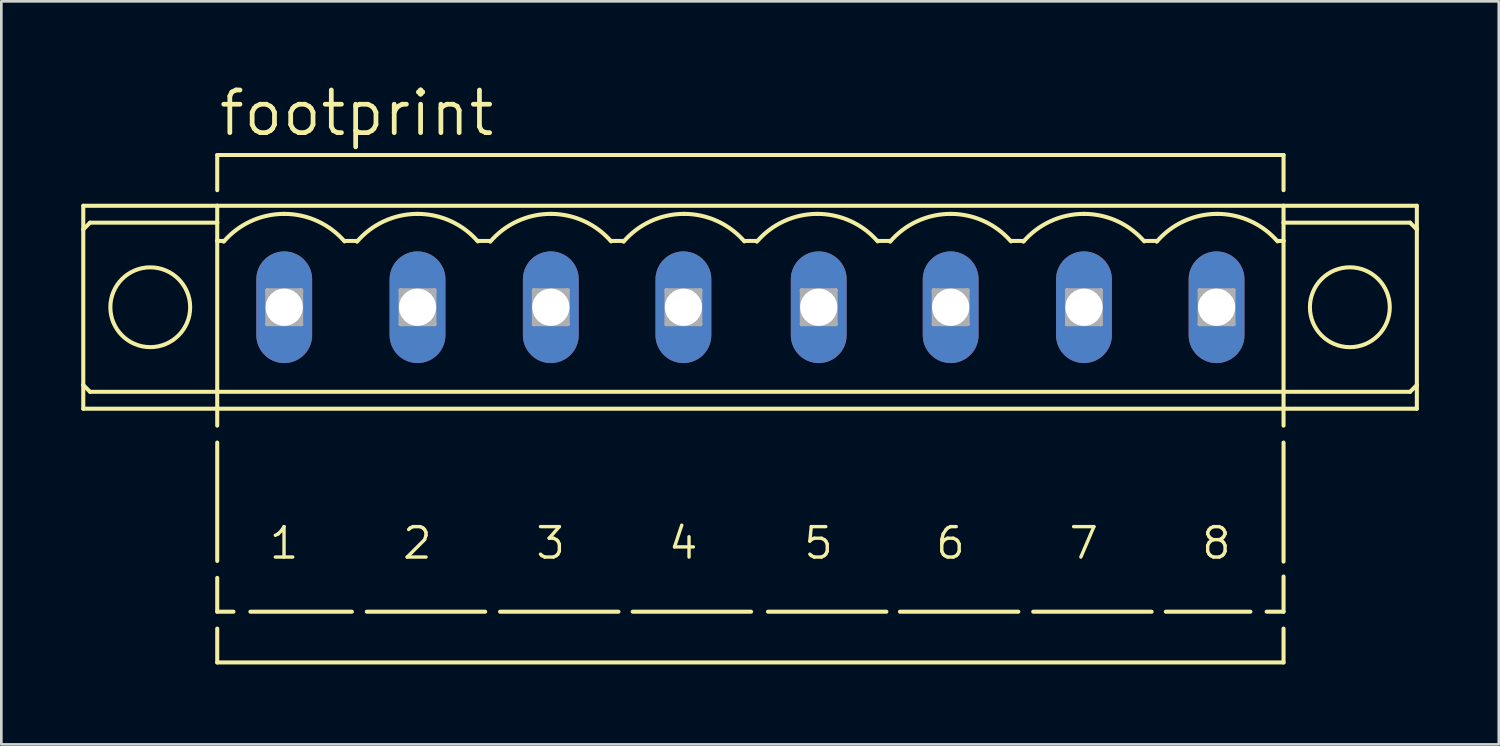
<source format=kicad_pcb>
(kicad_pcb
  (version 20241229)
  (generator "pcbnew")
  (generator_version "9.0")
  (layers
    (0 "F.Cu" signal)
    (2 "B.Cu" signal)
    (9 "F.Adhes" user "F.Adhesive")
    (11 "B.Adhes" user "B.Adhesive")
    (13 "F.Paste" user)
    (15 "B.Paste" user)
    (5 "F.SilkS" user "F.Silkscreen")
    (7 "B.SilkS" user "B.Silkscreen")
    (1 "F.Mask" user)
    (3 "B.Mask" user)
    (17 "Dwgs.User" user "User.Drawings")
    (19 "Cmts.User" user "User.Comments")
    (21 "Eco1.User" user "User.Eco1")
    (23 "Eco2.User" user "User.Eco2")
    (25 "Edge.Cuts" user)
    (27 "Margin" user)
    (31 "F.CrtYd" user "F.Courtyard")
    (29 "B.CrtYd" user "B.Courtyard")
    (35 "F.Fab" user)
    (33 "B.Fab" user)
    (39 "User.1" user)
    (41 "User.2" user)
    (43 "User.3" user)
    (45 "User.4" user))
  (footprint "footprint"
    (layer "F.Cu")
    (at 25.12 8.484)
    (property "Reference" "footprint" (at -20.04 -6.35 0) (layer "F.SilkS") (effects (font (size 1.6 1.6) (thickness 0.178)) (justify left bottom)))
    (fp_line (start -25.044 -2.921) (end -25.044 -3.81) (stroke (width 0.152) (type solid)) (layer "F.SilkS"))
    (fp_line (start -25.044 -2.921) (end -25.044 2.921) (stroke (width 0.152) (type solid)) (layer "F.SilkS"))
    (fp_line (start -25.044 2.921) (end -25.044 3.81) (stroke (width 0.152) (type solid)) (layer "F.SilkS"))
    (fp_line (start -24.79 -3.175) (end -25.044 -2.921) (stroke (width 0.152) (type solid)) (layer "F.SilkS"))
    (fp_line (start -24.79 -3.175) (end -20.015 -3.175) (stroke (width 0.152) (type solid)) (layer "F.SilkS"))
    (fp_line (start -24.79 3.175) (end -25.044 2.921) (stroke (width 0.152) (type solid)) (layer "F.SilkS"))
    (fp_line (start -20.015 -5.715) (end 20.016 -5.715) (stroke (width 0.152) (type solid)) (layer "F.SilkS"))
    (fp_line (start -20.015 -4.394) (end -20.015 -5.715) (stroke (width 0.152) (type solid)) (layer "F.SilkS"))
    (fp_line (start -20.015 -3.81) (end -25.044 -3.81) (stroke (width 0.152) (type solid)) (layer "F.SilkS"))
    (fp_line (start -20.015 -3.81) (end -20.015 -3.175) (stroke (width 0.152) (type solid)) (layer "F.SilkS"))
    (fp_line (start -20.015 -3.175) (end -20.015 -2.489) (stroke (width 0.152) (type solid)) (layer "F.SilkS"))
    (fp_line (start -20.015 -2.489) (end -20.015 3.175) (stroke (width 0.152) (type solid)) (layer "F.SilkS"))
    (fp_line (start -20.015 3.175) (end -24.79 3.175) (stroke (width 0.152) (type solid)) (layer "F.SilkS"))
    (fp_line (start -20.015 3.175) (end -20.015 3.81) (stroke (width 0.152) (type solid)) (layer "F.SilkS"))
    (fp_line (start -20.015 3.81) (end -25.044 3.81) (stroke (width 0.152) (type solid)) (layer "F.SilkS"))
    (fp_line (start -20.015 4.445) (end -20.015 3.81) (stroke (width 0.152) (type solid)) (layer "F.SilkS"))
    (fp_line (start -20.015 9.525) (end -20.015 5.08) (stroke (width 0.152) (type solid)) (layer "F.SilkS"))
    (fp_line (start -20.015 11.43) (end -20.015 10.16) (stroke (width 0.152) (type solid)) (layer "F.SilkS"))
    (fp_line (start -20.015 13.335) (end -20.015 12.065) (stroke (width 0.152) (type solid)) (layer "F.SilkS"))
    (fp_line (start -20.015 13.335) (end 20.016 13.335) (stroke (width 0.152) (type solid)) (layer "F.SilkS"))
    (fp_line (start -19.761 -2.489) (end -20.015 -2.489) (stroke (width 0.152) (type solid)) (layer "F.SilkS"))
    (fp_line (start -19.405 11.43) (end -20.015 11.43) (stroke (width 0.152) (type solid)) (layer "F.SilkS"))
    (fp_line (start -14.96 11.43) (end -18.77 11.43) (stroke (width 0.152) (type solid)) (layer "F.SilkS"))
    (fp_line (start -14.808 -2.489) (end -15.214 -2.489) (stroke (width 0.152) (type solid)) (layer "F.SilkS"))
    (fp_line (start -9.956 11.43) (end -14.401 11.43) (stroke (width 0.152) (type solid)) (layer "F.SilkS"))
    (fp_line (start -9.804 -2.489) (end -10.21 -2.489) (stroke (width 0.152) (type solid)) (layer "F.SilkS"))
    (fp_line (start -4.952 11.43) (end -9.397 11.43) (stroke (width 0.152) (type solid)) (layer "F.SilkS"))
    (fp_line (start -4.8 -2.489) (end -5.206 -2.489) (stroke (width 0.152) (type solid)) (layer "F.SilkS"))
    (fp_line (start 0.026 11.43) (end -4.419 11.43) (stroke (width 0.152) (type solid)) (layer "F.SilkS"))
    (fp_line (start 0.229 -2.489) (end -0.203 -2.489) (stroke (width 0.152) (type solid)) (layer "F.SilkS"))
    (fp_line (start 5.106 11.43) (end 0.661 11.43) (stroke (width 0.152) (type solid)) (layer "F.SilkS"))
    (fp_line (start 5.258 -2.489) (end 4.801 -2.489) (stroke (width 0.152) (type solid)) (layer "F.SilkS"))
    (fp_line (start 10.059 11.43) (end 5.614 11.43) (stroke (width 0.152) (type solid)) (layer "F.SilkS"))
    (fp_line (start 10.262 -2.489) (end 9.805 -2.489) (stroke (width 0.152) (type solid)) (layer "F.SilkS"))
    (fp_line (start 15.063 11.43) (end 10.618 11.43) (stroke (width 0.152) (type solid)) (layer "F.SilkS"))
    (fp_line (start 15.266 -2.489) (end 14.809 -2.489) (stroke (width 0.152) (type solid)) (layer "F.SilkS"))
    (fp_line (start 18.771 11.43) (end 15.596 11.43) (stroke (width 0.152) (type solid)) (layer "F.SilkS"))
    (fp_line (start 20.016 -4.394) (end 20.016 -5.715) (stroke (width 0.152) (type solid)) (layer "F.SilkS"))
    (fp_line (start 20.016 -3.81) (end -20.015 -3.81) (stroke (width 0.152) (type solid)) (layer "F.SilkS"))
    (fp_line (start 20.016 -3.81) (end 25.02 -3.81) (stroke (width 0.152) (type solid)) (layer "F.SilkS"))
    (fp_line (start 20.016 -3.175) (end 20.016 -3.81) (stroke (width 0.152) (type solid)) (layer "F.SilkS"))
    (fp_line (start 20.016 -3.175) (end 24.766 -3.175) (stroke (width 0.152) (type solid)) (layer "F.SilkS"))
    (fp_line (start 20.016 -2.489) (end 19.813 -2.489) (stroke (width 0.152) (type solid)) (layer "F.SilkS"))
    (fp_line (start 20.016 -2.489) (end 20.016 -3.175) (stroke (width 0.152) (type solid)) (layer "F.SilkS"))
    (fp_line (start 20.016 3.175) (end -20.015 3.175) (stroke (width 0.152) (type solid)) (layer "F.SilkS"))
    (fp_line (start 20.016 3.175) (end 20.016 -2.489) (stroke (width 0.152) (type solid)) (layer "F.SilkS"))
    (fp_line (start 20.016 3.81) (end -20.015 3.81) (stroke (width 0.152) (type solid)) (layer "F.SilkS"))
    (fp_line (start 20.016 3.81) (end 20.016 3.175) (stroke (width 0.152) (type solid)) (layer "F.SilkS"))
    (fp_line (start 20.016 3.81) (end 25.02 3.81) (stroke (width 0.152) (type solid)) (layer "F.SilkS"))
    (fp_line (start 20.016 4.445) (end 20.016 3.81) (stroke (width 0.152) (type solid)) (layer "F.SilkS"))
    (fp_line (start 20.016 9.55) (end 20.016 5.08) (stroke (width 0.152) (type solid)) (layer "F.SilkS"))
    (fp_line (start 20.016 11.43) (end 19.381 11.43) (stroke (width 0.152) (type solid)) (layer "F.SilkS"))
    (fp_line (start 20.016 11.43) (end 20.016 10.109) (stroke (width 0.152) (type solid)) (layer "F.SilkS"))
    (fp_line (start 20.016 13.335) (end 20.016 12.065) (stroke (width 0.152) (type solid)) (layer "F.SilkS"))
    (fp_line (start 24.766 -3.175) (end 25.02 -2.921) (stroke (width 0.152) (type solid)) (layer "F.SilkS"))
    (fp_line (start 24.766 3.175) (end 20.016 3.175) (stroke (width 0.152) (type solid)) (layer "F.SilkS"))
    (fp_line (start 24.766 3.175) (end 25.02 2.921) (stroke (width 0.152) (type solid)) (layer "F.SilkS"))
    (fp_line (start 25.02 -2.921) (end 25.02 -3.81) (stroke (width 0.152) (type solid)) (layer "F.SilkS"))
    (fp_line (start 25.02 2.921) (end 25.02 -2.921) (stroke (width 0.152) (type solid)) (layer "F.SilkS"))
    (fp_line (start 25.02 2.921) (end 25.02 3.81) (stroke (width 0.152) (type solid)) (layer "F.SilkS"))
    (fp_arc (start -19.7738 -2.4608) (mid -18.75111 -3.231677) (end -17.5 -3.5053) (stroke (width 0.1524) (type solid)) (layer "F.SilkS"))
    (fp_arc (start -17.5 -3.5052) (mid -16.255022 -3.234436) (end -15.234999 -2.471) (stroke (width 0.1524) (type solid)) (layer "F.SilkS"))
    (fp_arc (start -14.77 -2.4608) (mid -13.747301 -3.231631) (end -12.4962 -3.505201) (stroke (width 0.1524) (type solid)) (layer "F.SilkS"))
    (fp_arc (start -12.4962 -3.5052) (mid -11.251222 -3.234436) (end -10.231199 -2.471) (stroke (width 0.1524) (type solid)) (layer "F.SilkS"))
    (fp_arc (start -9.7662 -2.4608) (mid -8.743501 -3.231631) (end -7.4924 -3.505201) (stroke (width 0.1524) (type solid)) (layer "F.SilkS"))
    (fp_arc (start -7.4924 -3.5052) (mid -6.247422 -3.234436) (end -5.227399 -2.471) (stroke (width 0.1524) (type solid)) (layer "F.SilkS"))
    (fp_arc (start -4.7624 -2.4608) (mid -3.739701 -3.231631) (end -2.4886 -3.505201) (stroke (width 0.1524) (type solid)) (layer "F.SilkS"))
    (fp_arc (start -2.4886 -3.5052) (mid -1.243622 -3.234436) (end -0.223599 -2.471) (stroke (width 0.1524) (type solid)) (layer "F.SilkS"))
    (fp_arc (start 0.2414 -2.4608) (mid 1.264099 -3.231631) (end 2.5152 -3.5052) (stroke (width 0.1524) (type solid)) (layer "F.SilkS"))
    (fp_arc (start 2.5152 -3.5052) (mid 3.760178 -3.234436) (end 4.780201 -2.470999) (stroke (width 0.1524) (type solid)) (layer "F.SilkS"))
    (fp_arc (start 5.2452 -2.4608) (mid 6.267899 -3.231631) (end 7.519 -3.5052) (stroke (width 0.1524) (type solid)) (layer "F.SilkS"))
    (fp_arc (start 7.519 -3.5052) (mid 8.763978 -3.234436) (end 9.784001 -2.470999) (stroke (width 0.1524) (type solid)) (layer "F.SilkS"))
    (fp_arc (start 10.249 -2.4608) (mid 11.271699 -3.231631) (end 12.5228 -3.5052) (stroke (width 0.1524) (type solid)) (layer "F.SilkS"))
    (fp_arc (start 12.5228 -3.5052) (mid 13.767778 -3.234436) (end 14.787801 -2.470999) (stroke (width 0.1524) (type solid)) (layer "F.SilkS"))
    (fp_arc (start 15.2528 -2.4608) (mid 16.275499 -3.231631) (end 17.5266 -3.5052) (stroke (width 0.1524) (type solid)) (layer "F.SilkS"))
    (fp_arc (start 17.5266 -3.5052) (mid 18.771578 -3.234436) (end 19.791601 -2.470999) (stroke (width 0.1524) (type solid)) (layer "F.SilkS"))
    (fp_circle (center -22.529 0) (end -21.031 0) (stroke (width 0.152) (type solid)) (fill no) (layer "F.SilkS"))
    (fp_circle (center 22.505 0) (end 24.004 0) (stroke (width 0.152) (type solid)) (fill no) (layer "F.SilkS"))
    (fp_line (start -18.135 -0.635) (end -18.135 0.635) (stroke (width 0.152) (type solid)) (layer "F.Fab"))
    (fp_line (start -18.135 0.635) (end -16.865 0.635) (stroke (width 0.152) (type solid)) (layer "F.Fab"))
    (fp_line (start -16.865 -0.635) (end -18.135 -0.635) (stroke (width 0.152) (type solid)) (layer "F.Fab"))
    (fp_line (start -16.865 -0.635) (end -18.135 0.635) (stroke (width 0.152) (type solid)) (layer "F.Fab"))
    (fp_line (start -16.865 0.635) (end -18.135 -0.635) (stroke (width 0.152) (type solid)) (layer "F.Fab"))
    (fp_line (start -16.865 0.635) (end -16.865 -0.635) (stroke (width 0.152) (type solid)) (layer "F.Fab"))
    (fp_line (start -13.131 -0.635) (end -13.131 0.635) (stroke (width 0.152) (type solid)) (layer "F.Fab"))
    (fp_line (start -13.131 0.635) (end -11.861 0.635) (stroke (width 0.152) (type solid)) (layer "F.Fab"))
    (fp_line (start -11.861 -0.635) (end -13.131 -0.635) (stroke (width 0.152) (type solid)) (layer "F.Fab"))
    (fp_line (start -11.861 -0.635) (end -13.131 0.635) (stroke (width 0.152) (type solid)) (layer "F.Fab"))
    (fp_line (start -11.861 0.635) (end -13.131 -0.635) (stroke (width 0.152) (type solid)) (layer "F.Fab"))
    (fp_line (start -11.861 0.635) (end -11.861 -0.635) (stroke (width 0.152) (type solid)) (layer "F.Fab"))
    (fp_line (start -8.127 -0.635) (end -8.127 0.635) (stroke (width 0.152) (type solid)) (layer "F.Fab"))
    (fp_line (start -8.127 0.635) (end -6.857 0.635) (stroke (width 0.152) (type solid)) (layer "F.Fab"))
    (fp_line (start -6.857 -0.635) (end -8.127 -0.635) (stroke (width 0.152) (type solid)) (layer "F.Fab"))
    (fp_line (start -6.857 -0.635) (end -8.127 0.635) (stroke (width 0.152) (type solid)) (layer "F.Fab"))
    (fp_line (start -6.857 0.635) (end -8.127 -0.635) (stroke (width 0.152) (type solid)) (layer "F.Fab"))
    (fp_line (start -6.857 0.635) (end -6.857 -0.635) (stroke (width 0.152) (type solid)) (layer "F.Fab"))
    (fp_line (start -3.149 -0.635) (end -3.149 0.635) (stroke (width 0.152) (type solid)) (layer "F.Fab"))
    (fp_line (start -3.149 0.635) (end -1.879 0.635) (stroke (width 0.152) (type solid)) (layer "F.Fab"))
    (fp_line (start -1.879 -0.635) (end -3.149 -0.635) (stroke (width 0.152) (type solid)) (layer "F.Fab"))
    (fp_line (start -1.879 -0.635) (end -3.149 0.635) (stroke (width 0.152) (type solid)) (layer "F.Fab"))
    (fp_line (start -1.879 0.635) (end -3.149 -0.635) (stroke (width 0.152) (type solid)) (layer "F.Fab"))
    (fp_line (start -1.879 0.635) (end -1.879 -0.635) (stroke (width 0.152) (type solid)) (layer "F.Fab"))
    (fp_line (start 1.931 -0.635) (end 1.931 0.635) (stroke (width 0.152) (type solid)) (layer "F.Fab"))
    (fp_line (start 1.931 0.635) (end 3.201 0.635) (stroke (width 0.152) (type solid)) (layer "F.Fab"))
    (fp_line (start 3.201 -0.635) (end 1.931 -0.635) (stroke (width 0.152) (type solid)) (layer "F.Fab"))
    (fp_line (start 3.201 -0.635) (end 1.931 0.635) (stroke (width 0.152) (type solid)) (layer "F.Fab"))
    (fp_line (start 3.201 0.635) (end 1.931 -0.635) (stroke (width 0.152) (type solid)) (layer "F.Fab"))
    (fp_line (start 3.201 0.635) (end 3.201 -0.635) (stroke (width 0.152) (type solid)) (layer "F.Fab"))
    (fp_line (start 6.884 -0.635) (end 6.884 0.635) (stroke (width 0.152) (type solid)) (layer "F.Fab"))
    (fp_line (start 6.884 0.635) (end 8.154 0.635) (stroke (width 0.152) (type solid)) (layer "F.Fab"))
    (fp_line (start 8.154 -0.635) (end 6.884 -0.635) (stroke (width 0.152) (type solid)) (layer "F.Fab"))
    (fp_line (start 8.154 -0.635) (end 6.884 0.635) (stroke (width 0.152) (type solid)) (layer "F.Fab"))
    (fp_line (start 8.154 0.635) (end 6.884 -0.635) (stroke (width 0.152) (type solid)) (layer "F.Fab"))
    (fp_line (start 8.154 0.635) (end 8.154 -0.635) (stroke (width 0.152) (type solid)) (layer "F.Fab"))
    (fp_line (start 11.888 -0.635) (end 11.888 0.635) (stroke (width 0.152) (type solid)) (layer "F.Fab"))
    (fp_line (start 11.888 0.635) (end 13.158 0.635) (stroke (width 0.152) (type solid)) (layer "F.Fab"))
    (fp_line (start 13.158 -0.635) (end 11.888 -0.635) (stroke (width 0.152) (type solid)) (layer "F.Fab"))
    (fp_line (start 13.158 -0.635) (end 11.888 0.635) (stroke (width 0.152) (type solid)) (layer "F.Fab"))
    (fp_line (start 13.158 0.635) (end 11.888 -0.635) (stroke (width 0.152) (type solid)) (layer "F.Fab"))
    (fp_line (start 13.158 0.635) (end 13.158 -0.635) (stroke (width 0.152) (type solid)) (layer "F.Fab"))
    (fp_line (start 16.866 -0.635) (end 16.866 0.635) (stroke (width 0.152) (type solid)) (layer "F.Fab"))
    (fp_line (start 16.866 0.635) (end 18.136 0.635) (stroke (width 0.152) (type solid)) (layer "F.Fab"))
    (fp_line (start 18.136 -0.635) (end 16.866 -0.635) (stroke (width 0.152) (type solid)) (layer "F.Fab"))
    (fp_line (start 18.136 -0.635) (end 16.866 0.635) (stroke (width 0.152) (type solid)) (layer "F.Fab"))
    (fp_line (start 18.136 0.635) (end 16.866 -0.635) (stroke (width 0.152) (type solid)) (layer "F.Fab"))
    (fp_line (start 18.136 0.635) (end 18.136 -0.635) (stroke (width 0.152) (type solid)) (layer "F.Fab"))
    (fp_text user "7" (at 11.888 9.525 0) (layer "F.SilkS") (effects (font (size 1.143 1.143) (thickness 0.127)) (justify left bottom)))
    (fp_text user "6" (at 6.884 9.525 0) (layer "F.SilkS") (effects (font (size 1.143 1.143) (thickness 0.127)) (justify left bottom)))
    (fp_text user "2" (at -13.131 9.525 0) (layer "F.SilkS") (effects (font (size 1.143 1.143) (thickness 0.127)) (justify left bottom)))
    (fp_text user "5" (at 1.931 9.525 0) (layer "F.SilkS") (effects (font (size 1.143 1.143) (thickness 0.127)) (justify left bottom)))
    (fp_text user "1" (at -18.135 9.525 0) (layer "F.SilkS") (effects (font (size 1.143 1.143) (thickness 0.127)) (justify left bottom)))
    (fp_text user "4" (at -3.149 9.525 0) (layer "F.SilkS") (effects (font (size 1.143 1.143) (thickness 0.127)) (justify left bottom)))
    (fp_text user "3" (at -8.127 9.525 0) (layer "F.SilkS") (effects (font (size 1.143 1.143) (thickness 0.127)) (justify left bottom)))
    (fp_text user "8" (at 16.866 9.525 0) (layer "F.SilkS") (effects (font (size 1.143 1.143) (thickness 0.127)) (justify left bottom)))
    (pad "1" thru_hole oval (at -17.5 0 90) (size 4.191 2.095) (drill 1.397) (layers "*.Cu" "*.Mask"))
    (pad "2" thru_hole oval (at -12.496 0 90) (size 4.191 2.095) (drill 1.397) (layers "*.Cu" "*.Mask"))
    (pad "3" thru_hole oval (at -7.492 0 90) (size 4.191 2.095) (drill 1.397) (layers "*.Cu" "*.Mask"))
    (pad "4" thru_hole oval (at -2.514 0 90) (size 4.191 2.095) (drill 1.397) (layers "*.Cu" "*.Mask"))
    (pad "5" thru_hole oval (at 2.566 0 90) (size 4.191 2.095) (drill 1.397) (layers "*.Cu" "*.Mask"))
    (pad "6" thru_hole oval (at 7.519 0 90) (size 4.191 2.095) (drill 1.397) (layers "*.Cu" "*.Mask"))
    (pad "7" thru_hole oval (at 12.523 0 90) (size 4.191 2.095) (drill 1.397) (layers "*.Cu" "*.Mask"))
    (pad "8" thru_hole oval (at 17.501 0 90) (size 4.191 2.095) (drill 1.397) (layers "*.Cu" "*.Mask")))
  (gr_rect
    (start -3 -3)
    (end 53.216 24.895)
    (stroke (width 0.1) (type default))
    (fill no)
    (layer "Edge.Cuts")))
</source>
